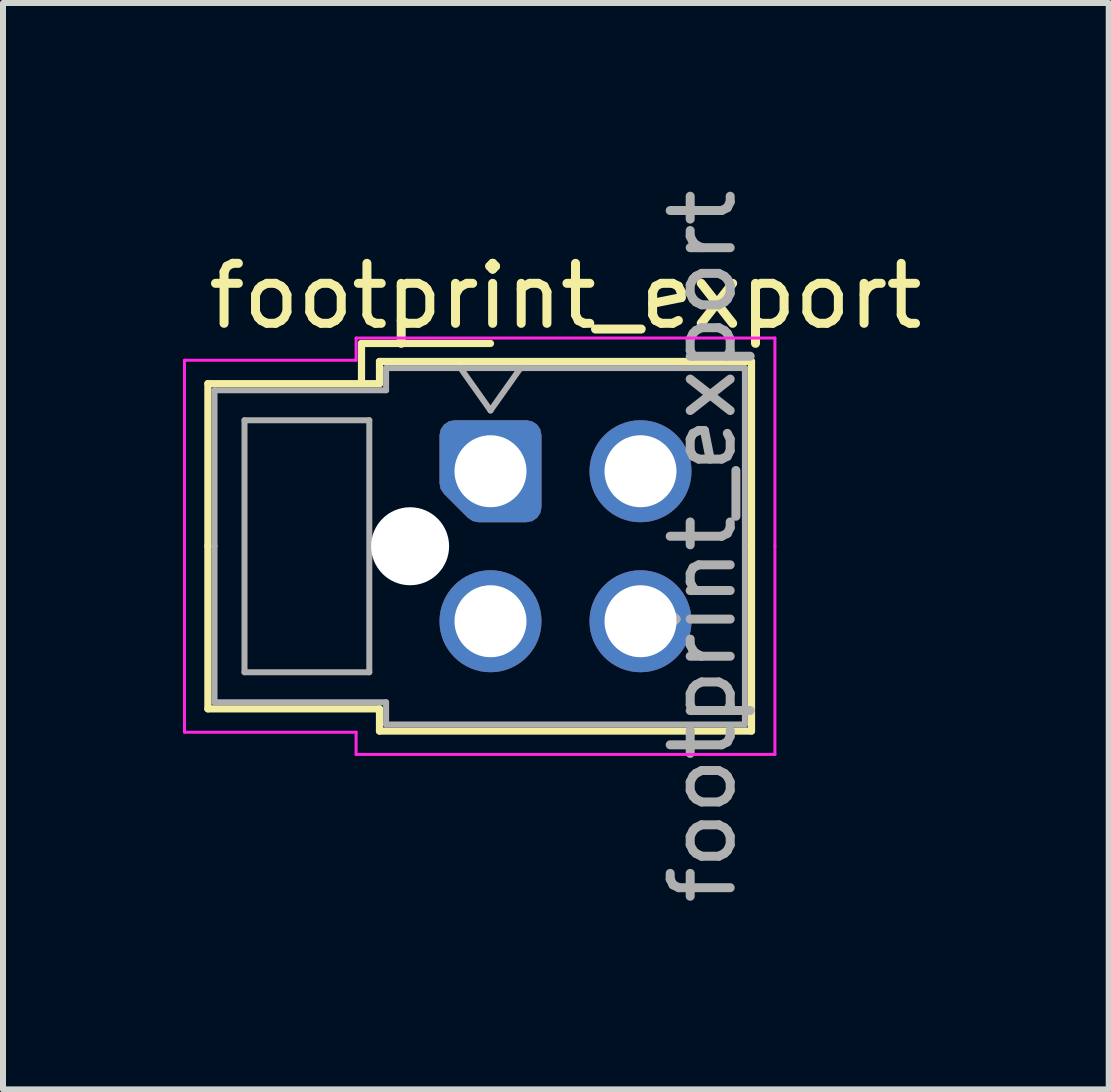
<source format=kicad_pcb>
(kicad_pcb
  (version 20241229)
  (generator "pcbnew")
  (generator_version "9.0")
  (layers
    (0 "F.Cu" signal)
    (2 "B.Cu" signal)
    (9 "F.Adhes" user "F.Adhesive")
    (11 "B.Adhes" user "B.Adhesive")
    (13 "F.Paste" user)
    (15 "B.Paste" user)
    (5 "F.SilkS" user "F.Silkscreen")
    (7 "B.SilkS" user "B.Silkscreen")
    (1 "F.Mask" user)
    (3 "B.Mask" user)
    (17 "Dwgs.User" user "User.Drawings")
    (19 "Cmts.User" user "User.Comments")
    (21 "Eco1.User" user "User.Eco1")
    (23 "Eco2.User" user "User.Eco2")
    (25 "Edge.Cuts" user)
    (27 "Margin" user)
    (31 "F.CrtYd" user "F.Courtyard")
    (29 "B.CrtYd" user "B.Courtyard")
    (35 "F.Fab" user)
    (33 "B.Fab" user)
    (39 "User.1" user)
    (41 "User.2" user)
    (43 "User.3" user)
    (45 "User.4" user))
  (footprint "footprint_export"
    (layer "F.Cu")
    (at 5.125 4.804)
    (property "Reference" "footprint_export" (at 1.25 -2.92 0) (layer "F.SilkS") (effects (font (size 1 1) (thickness 0.15))))
    (attr through_hole)
    (fp_line (start -4.71 -1.46) (end -4.71 1.25) (stroke (width 0.12) (type solid)) (layer "F.SilkS"))
    (fp_line (start -4.71 3.96) (end -4.71 1.25) (stroke (width 0.12) (type solid)) (layer "F.SilkS"))
    (fp_line (start -2.15 -2.13) (end -2.15 -1.46) (stroke (width 0.12) (type solid)) (layer "F.SilkS"))
    (fp_line (start -1.85 -1.83) (end -1.85 -1.46) (stroke (width 0.12) (type solid)) (layer "F.SilkS"))
    (fp_line (start -1.85 -1.46) (end -4.71 -1.46) (stroke (width 0.12) (type solid)) (layer "F.SilkS"))
    (fp_line (start -1.85 3.96) (end -4.71 3.96) (stroke (width 0.12) (type solid)) (layer "F.SilkS"))
    (fp_line (start -1.85 4.33) (end -1.85 3.96) (stroke (width 0.12) (type solid)) (layer "F.SilkS"))
    (fp_line (start 0 -2.13) (end -2.15 -2.13) (stroke (width 0.12) (type solid)) (layer "F.SilkS"))
    (fp_line (start 4.35 -1.83) (end -1.85 -1.83) (stroke (width 0.12) (type solid)) (layer "F.SilkS"))
    (fp_line (start 4.35 1.25) (end 4.35 -1.83) (stroke (width 0.12) (type solid)) (layer "F.SilkS"))
    (fp_line (start 4.35 1.25) (end 4.35 4.33) (stroke (width 0.12) (type solid)) (layer "F.SilkS"))
    (fp_line (start 4.35 4.33) (end -1.85 4.33) (stroke (width 0.12) (type solid)) (layer "F.SilkS"))
    (fp_line (start -5.1 -1.85) (end -5.1 1.25) (stroke (width 0.05) (type solid)) (layer "F.CrtYd"))
    (fp_line (start -5.1 4.35) (end -5.1 1.25) (stroke (width 0.05) (type solid)) (layer "F.CrtYd"))
    (fp_line (start -2.24 -2.22) (end -2.24 -1.85) (stroke (width 0.05) (type solid)) (layer "F.CrtYd"))
    (fp_line (start -2.24 -1.85) (end -5.1 -1.85) (stroke (width 0.05) (type solid)) (layer "F.CrtYd"))
    (fp_line (start -2.24 4.35) (end -5.1 4.35) (stroke (width 0.05) (type solid)) (layer "F.CrtYd"))
    (fp_line (start -2.24 4.72) (end -2.24 4.35) (stroke (width 0.05) (type solid)) (layer "F.CrtYd"))
    (fp_line (start 4.74 -2.22) (end -2.24 -2.22) (stroke (width 0.05) (type solid)) (layer "F.CrtYd"))
    (fp_line (start 4.74 1.25) (end 4.74 -2.22) (stroke (width 0.05) (type solid)) (layer "F.CrtYd"))
    (fp_line (start 4.74 1.25) (end 4.74 4.72) (stroke (width 0.05) (type solid)) (layer "F.CrtYd"))
    (fp_line (start 4.74 4.72) (end -2.24 4.72) (stroke (width 0.05) (type solid)) (layer "F.CrtYd"))
    (fp_line (start -4.6 -1.35) (end -4.6 1.25) (stroke (width 0.1) (type solid)) (layer "F.Fab"))
    (fp_line (start -4.6 3.85) (end -4.6 1.25) (stroke (width 0.1) (type solid)) (layer "F.Fab"))
    (fp_line (start -4.1 -0.85) (end -4.1 3.35) (stroke (width 0.1) (type solid)) (layer "F.Fab"))
    (fp_line (start -4.1 3.35) (end -2.02 3.35) (stroke (width 0.1) (type solid)) (layer "F.Fab"))
    (fp_line (start -2.02 -0.85) (end -4.1 -0.85) (stroke (width 0.1) (type solid)) (layer "F.Fab"))
    (fp_line (start -2.02 3.35) (end -2.02 -0.85) (stroke (width 0.1) (type solid)) (layer "F.Fab"))
    (fp_line (start -1.74 -1.72) (end -1.74 -1.35) (stroke (width 0.1) (type solid)) (layer "F.Fab"))
    (fp_line (start -1.74 -1.35) (end -4.6 -1.35) (stroke (width 0.1) (type solid)) (layer "F.Fab"))
    (fp_line (start -1.74 3.85) (end -4.6 3.85) (stroke (width 0.1) (type solid)) (layer "F.Fab"))
    (fp_line (start -1.74 4.22) (end -1.74 3.85) (stroke (width 0.1) (type solid)) (layer "F.Fab"))
    (fp_line (start -0.5 -1.72) (end 0 -1.013) (stroke (width 0.1) (type solid)) (layer "F.Fab"))
    (fp_line (start 0 -1.013) (end 0.5 -1.72) (stroke (width 0.1) (type solid)) (layer "F.Fab"))
    (fp_line (start 4.24 -1.72) (end -1.74 -1.72) (stroke (width 0.1) (type solid)) (layer "F.Fab"))
    (fp_line (start 4.24 1.25) (end 4.24 -1.72) (stroke (width 0.1) (type solid)) (layer "F.Fab"))
    (fp_line (start 4.24 1.25) (end 4.24 4.22) (stroke (width 0.1) (type solid)) (layer "F.Fab"))
    (fp_line (start 4.24 4.22) (end -1.74 4.22) (stroke (width 0.1) (type solid)) (layer "F.Fab"))
    (fp_text user "${REFERENCE}" (at 3.54 1.25 90) (layer "F.Fab") (effects (font (size 1 1) (thickness 0.15))))
    (pad "" np_thru_hole circle (at -1.34 1.25) (size 1.3 1.3) (drill 1.3) (layers "*.Cu" "*.Mask"))
    (pad "1" thru_hole custom (at 0 0) (size 1.417 1.417) (drill 1.2) (layers "*.Cu" "*.Mask") (options (anchor circle)) (primitives (gr_poly (pts (xy 0.6 0.6) (xy -0.2 0.6) (xy -0.6 0.2) (xy -0.6 -0.6) (xy 0.6 -0.6)) (width 0.5) (fill yes))))
    (pad "2" thru_hole circle (at 0 2.5) (size 1.7 1.7) (drill 1.2) (layers "*.Cu" "*.Mask"))
    (pad "3" thru_hole circle (at 2.5 0) (size 1.7 1.7) (drill 1.2) (layers "*.Cu" "*.Mask"))
    (pad "4" thru_hole circle (at 2.5 2.5) (size 1.7 1.7) (drill 1.2) (layers "*.Cu" "*.Mask")))
  (gr_rect
    (start -3 -3)
    (end 15.429 15.107)
    (stroke (width 0.1) (type default))
    (fill no)
    (layer "Edge.Cuts")))
</source>
